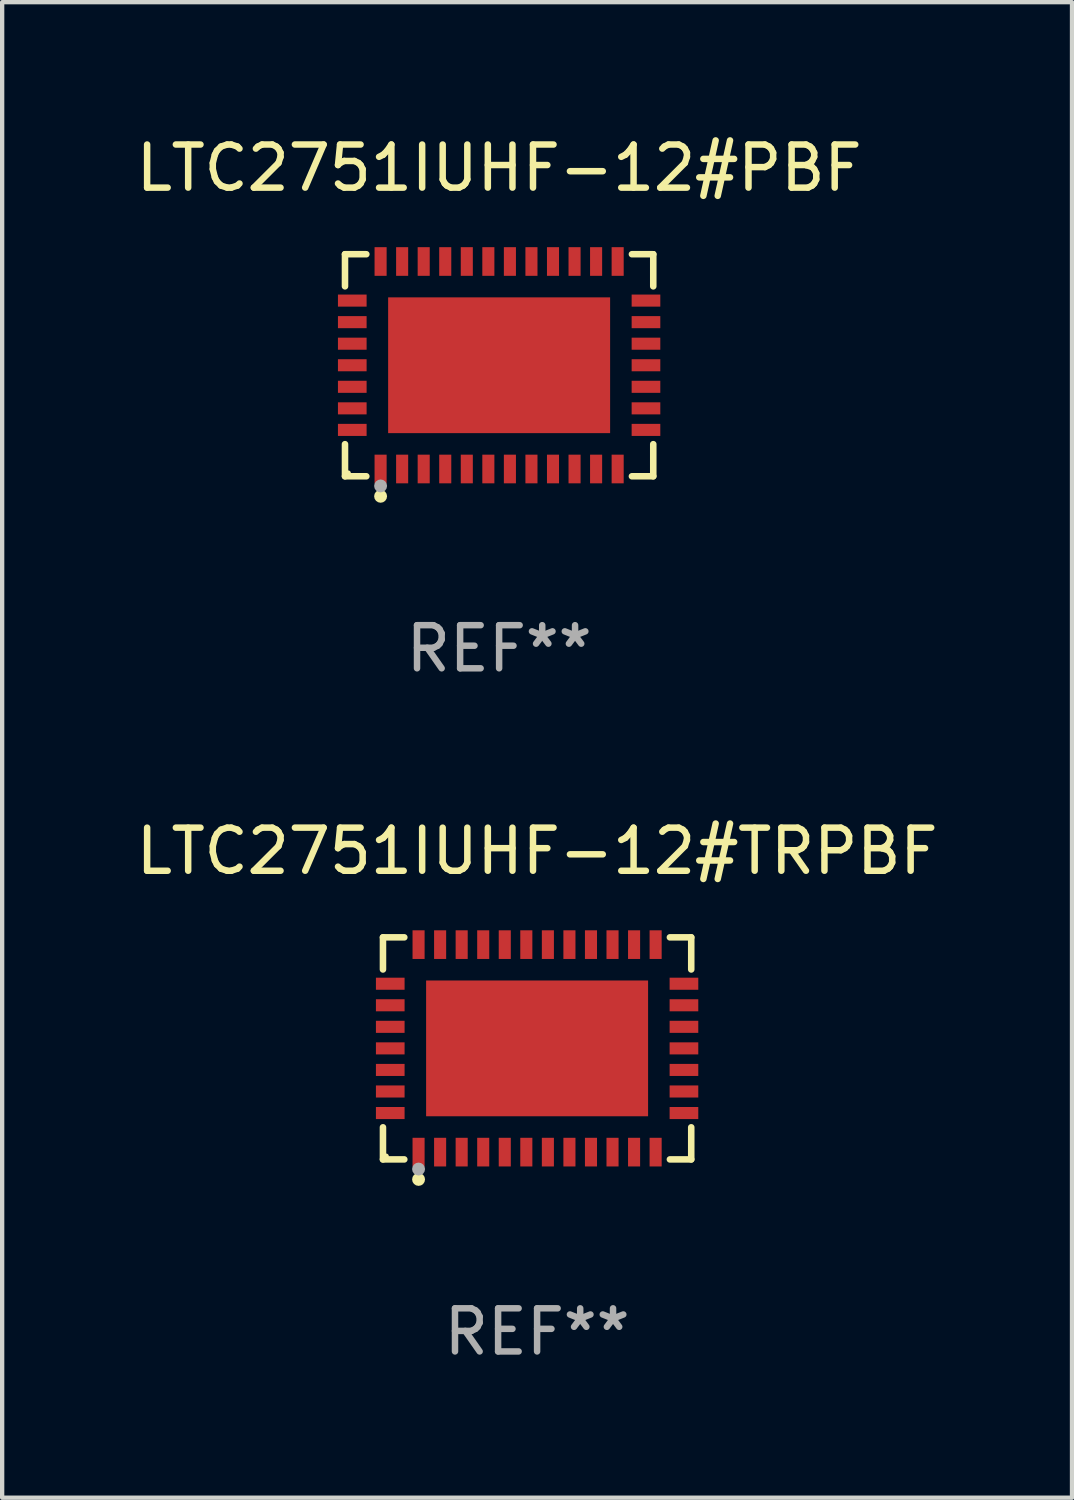
<source format=kicad_pcb>
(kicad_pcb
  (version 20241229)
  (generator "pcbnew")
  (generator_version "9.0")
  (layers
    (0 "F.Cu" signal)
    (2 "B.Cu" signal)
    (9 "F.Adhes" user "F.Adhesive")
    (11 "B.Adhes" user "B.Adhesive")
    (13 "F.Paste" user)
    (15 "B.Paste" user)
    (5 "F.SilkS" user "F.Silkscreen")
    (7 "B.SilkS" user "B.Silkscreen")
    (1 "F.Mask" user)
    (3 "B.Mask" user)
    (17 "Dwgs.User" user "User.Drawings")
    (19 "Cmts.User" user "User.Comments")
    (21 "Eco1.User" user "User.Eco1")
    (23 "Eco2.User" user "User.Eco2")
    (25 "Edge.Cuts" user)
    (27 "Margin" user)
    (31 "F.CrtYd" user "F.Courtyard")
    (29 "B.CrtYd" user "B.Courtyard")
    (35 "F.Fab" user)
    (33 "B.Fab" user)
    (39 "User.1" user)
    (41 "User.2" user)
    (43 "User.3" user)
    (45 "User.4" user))
  (footprint "LTC2751IUHF-12#TRPBF"
    (layer "F.Cu")
    (at 9.411 21.273)
    (property "Reference" "LTC2751IUHF-12#TRPBF" (at 0 -4.576 0) (layer "F.SilkS") (effects (font (size 1 1) (thickness 0.15))))
    (attr through_hole)
    (fp_line (start -3.576 -2.576) (end -3.081 -2.576) (stroke (width 0.152) (type solid)) (layer "F.SilkS"))
    (fp_line (start -3.576 -1.831) (end -3.576 -2.576) (stroke (width 0.152) (type solid)) (layer "F.SilkS"))
    (fp_line (start -3.576 1.831) (end -3.576 2.576) (stroke (width 0.152) (type solid)) (layer "F.SilkS"))
    (fp_line (start -3.576 2.576) (end -3.081 2.576) (stroke (width 0.152) (type solid)) (layer "F.SilkS"))
    (fp_line (start 3.576 -2.576) (end 3.081 -2.576) (stroke (width 0.152) (type solid)) (layer "F.SilkS"))
    (fp_line (start 3.576 -1.831) (end 3.576 -2.576) (stroke (width 0.152) (type solid)) (layer "F.SilkS"))
    (fp_line (start 3.576 1.831) (end 3.576 2.576) (stroke (width 0.152) (type solid)) (layer "F.SilkS"))
    (fp_line (start 3.576 2.576) (end 3.081 2.576) (stroke (width 0.152) (type solid)) (layer "F.SilkS"))
    (fp_circle (center -3.5 2.5) (end -3.47 2.5) (stroke (width 0.06) (type solid)) (fill no) (layer "F.SilkS"))
    (fp_circle (center -2.75 3.04) (end -2.675 3.04) (stroke (width 0.15) (type solid)) (fill no) (layer "F.SilkS"))
    (fp_circle (center -2.75 2.8) (end -2.675 2.8) (stroke (width 0.15) (type solid)) (fill no) (layer "F.Fab"))
    (fp_text user "REF**" (at 0 6.576 0) (layer "F.Fab") (effects (font (size 1 1) (thickness 0.15))))
    (pad "1" smd rect (at -2.75 2.407) (size 0.28 0.665) (layers "F.Cu" "F.Mask" "F.Paste"))
    (pad "2" smd rect (at -2.25 2.407) (size 0.28 0.665) (layers "F.Cu" "F.Mask" "F.Paste"))
    (pad "3" smd rect (at -1.75 2.407) (size 0.28 0.665) (layers "F.Cu" "F.Mask" "F.Paste"))
    (pad "4" smd rect (at -1.25 2.407) (size 0.28 0.665) (layers "F.Cu" "F.Mask" "F.Paste"))
    (pad "5" smd rect (at -0.75 2.407) (size 0.28 0.665) (layers "F.Cu" "F.Mask" "F.Paste"))
    (pad "6" smd rect (at -0.25 2.407) (size 0.28 0.665) (layers "F.Cu" "F.Mask" "F.Paste"))
    (pad "7" smd rect (at 0.25 2.407) (size 0.28 0.665) (layers "F.Cu" "F.Mask" "F.Paste"))
    (pad "8" smd rect (at 0.75 2.407) (size 0.28 0.665) (layers "F.Cu" "F.Mask" "F.Paste"))
    (pad "9" smd rect (at 1.25 2.407) (size 0.28 0.665) (layers "F.Cu" "F.Mask" "F.Paste"))
    (pad "10" smd rect (at 1.75 2.407) (size 0.28 0.665) (layers "F.Cu" "F.Mask" "F.Paste"))
    (pad "11" smd rect (at 2.25 2.407) (size 0.28 0.665) (layers "F.Cu" "F.Mask" "F.Paste"))
    (pad "12" smd rect (at 2.75 2.407) (size 0.28 0.665) (layers "F.Cu" "F.Mask" "F.Paste"))
    (pad "13" smd rect (at 3.407 1.5) (size 0.665 0.28) (layers "F.Cu" "F.Mask" "F.Paste"))
    (pad "14" smd rect (at 3.407 1) (size 0.665 0.28) (layers "F.Cu" "F.Mask" "F.Paste"))
    (pad "15" smd rect (at 3.407 0.5) (size 0.665 0.28) (layers "F.Cu" "F.Mask" "F.Paste"))
    (pad "16" smd rect (at 3.407 0) (size 0.665 0.28) (layers "F.Cu" "F.Mask" "F.Paste"))
    (pad "17" smd rect (at 3.407 -0.5) (size 0.665 0.28) (layers "F.Cu" "F.Mask" "F.Paste"))
    (pad "18" smd rect (at 3.407 -1) (size 0.665 0.28) (layers "F.Cu" "F.Mask" "F.Paste"))
    (pad "19" smd rect (at 3.407 -1.5) (size 0.665 0.28) (layers "F.Cu" "F.Mask" "F.Paste"))
    (pad "20" smd rect (at 2.75 -2.407) (size 0.28 0.665) (layers "F.Cu" "F.Mask" "F.Paste"))
    (pad "21" smd rect (at 2.25 -2.407) (size 0.28 0.665) (layers "F.Cu" "F.Mask" "F.Paste"))
    (pad "22" smd rect (at 1.75 -2.407) (size 0.28 0.665) (layers "F.Cu" "F.Mask" "F.Paste"))
    (pad "23" smd rect (at 1.25 -2.407) (size 0.28 0.665) (layers "F.Cu" "F.Mask" "F.Paste"))
    (pad "24" smd rect (at 0.75 -2.407) (size 0.28 0.665) (layers "F.Cu" "F.Mask" "F.Paste"))
    (pad "25" smd rect (at 0.25 -2.407) (size 0.28 0.665) (layers "F.Cu" "F.Mask" "F.Paste"))
    (pad "26" smd rect (at -0.25 -2.407) (size 0.28 0.665) (layers "F.Cu" "F.Mask" "F.Paste"))
    (pad "27" smd rect (at -0.75 -2.407) (size 0.28 0.665) (layers "F.Cu" "F.Mask" "F.Paste"))
    (pad "28" smd rect (at -1.25 -2.407) (size 0.28 0.665) (layers "F.Cu" "F.Mask" "F.Paste"))
    (pad "29" smd rect (at -1.75 -2.407) (size 0.28 0.665) (layers "F.Cu" "F.Mask" "F.Paste"))
    (pad "30" smd rect (at -2.25 -2.407) (size 0.28 0.665) (layers "F.Cu" "F.Mask" "F.Paste"))
    (pad "31" smd rect (at -2.75 -2.407) (size 0.28 0.665) (layers "F.Cu" "F.Mask" "F.Paste"))
    (pad "32" smd rect (at -3.407 -1.5) (size 0.665 0.28) (layers "F.Cu" "F.Mask" "F.Paste"))
    (pad "33" smd rect (at -3.407 -1) (size 0.665 0.28) (layers "F.Cu" "F.Mask" "F.Paste"))
    (pad "34" smd rect (at -3.407 -0.5) (size 0.665 0.28) (layers "F.Cu" "F.Mask" "F.Paste"))
    (pad "35" smd rect (at -3.407 0) (size 0.665 0.28) (layers "F.Cu" "F.Mask" "F.Paste"))
    (pad "36" smd rect (at -3.407 0.5) (size 0.665 0.28) (layers "F.Cu" "F.Mask" "F.Paste"))
    (pad "37" smd rect (at -3.407 1) (size 0.665 0.28) (layers "F.Cu" "F.Mask" "F.Paste"))
    (pad "38" smd rect (at -3.407 1.5) (size 0.665 0.28) (layers "F.Cu" "F.Mask" "F.Paste"))
    (pad "39" smd rect (at 0 0) (size 5.15 3.15) (layers "F.Cu" "F.Mask" "F.Paste")))
  (footprint "LTC2751IUHF-12#PBF"
    (layer "F.Cu")
    (at 8.53 5.424)
    (property "Reference" "LTC2751IUHF-12#PBF" (at 0 -4.576 0) (layer "F.SilkS") (effects (font (size 1 1) (thickness 0.15))))
    (attr through_hole)
    (fp_line (start -3.576 -2.576) (end -3.081 -2.576) (stroke (width 0.152) (type solid)) (layer "F.SilkS"))
    (fp_line (start -3.576 -1.831) (end -3.576 -2.576) (stroke (width 0.152) (type solid)) (layer "F.SilkS"))
    (fp_line (start -3.576 1.831) (end -3.576 2.576) (stroke (width 0.152) (type solid)) (layer "F.SilkS"))
    (fp_line (start -3.576 2.576) (end -3.081 2.576) (stroke (width 0.152) (type solid)) (layer "F.SilkS"))
    (fp_line (start 3.576 -2.576) (end 3.081 -2.576) (stroke (width 0.152) (type solid)) (layer "F.SilkS"))
    (fp_line (start 3.576 -1.831) (end 3.576 -2.576) (stroke (width 0.152) (type solid)) (layer "F.SilkS"))
    (fp_line (start 3.576 1.831) (end 3.576 2.576) (stroke (width 0.152) (type solid)) (layer "F.SilkS"))
    (fp_line (start 3.576 2.576) (end 3.081 2.576) (stroke (width 0.152) (type solid)) (layer "F.SilkS"))
    (fp_circle (center -3.5 2.5) (end -3.47 2.5) (stroke (width 0.06) (type solid)) (fill no) (layer "F.SilkS"))
    (fp_circle (center -2.75 3.04) (end -2.675 3.04) (stroke (width 0.15) (type solid)) (fill no) (layer "F.SilkS"))
    (fp_circle (center -2.75 2.8) (end -2.675 2.8) (stroke (width 0.15) (type solid)) (fill no) (layer "F.Fab"))
    (fp_text user "REF**" (at 0 6.576 0) (layer "F.Fab") (effects (font (size 1 1) (thickness 0.15))))
    (pad "1" smd rect (at -2.75 2.407) (size 0.28 0.665) (layers "F.Cu" "F.Mask" "F.Paste"))
    (pad "2" smd rect (at -2.25 2.407) (size 0.28 0.665) (layers "F.Cu" "F.Mask" "F.Paste"))
    (pad "3" smd rect (at -1.75 2.407) (size 0.28 0.665) (layers "F.Cu" "F.Mask" "F.Paste"))
    (pad "4" smd rect (at -1.25 2.407) (size 0.28 0.665) (layers "F.Cu" "F.Mask" "F.Paste"))
    (pad "5" smd rect (at -0.75 2.407) (size 0.28 0.665) (layers "F.Cu" "F.Mask" "F.Paste"))
    (pad "6" smd rect (at -0.25 2.407) (size 0.28 0.665) (layers "F.Cu" "F.Mask" "F.Paste"))
    (pad "7" smd rect (at 0.25 2.407) (size 0.28 0.665) (layers "F.Cu" "F.Mask" "F.Paste"))
    (pad "8" smd rect (at 0.75 2.407) (size 0.28 0.665) (layers "F.Cu" "F.Mask" "F.Paste"))
    (pad "9" smd rect (at 1.25 2.407) (size 0.28 0.665) (layers "F.Cu" "F.Mask" "F.Paste"))
    (pad "10" smd rect (at 1.75 2.407) (size 0.28 0.665) (layers "F.Cu" "F.Mask" "F.Paste"))
    (pad "11" smd rect (at 2.25 2.407) (size 0.28 0.665) (layers "F.Cu" "F.Mask" "F.Paste"))
    (pad "12" smd rect (at 2.75 2.407) (size 0.28 0.665) (layers "F.Cu" "F.Mask" "F.Paste"))
    (pad "13" smd rect (at 3.407 1.5) (size 0.665 0.28) (layers "F.Cu" "F.Mask" "F.Paste"))
    (pad "14" smd rect (at 3.407 1) (size 0.665 0.28) (layers "F.Cu" "F.Mask" "F.Paste"))
    (pad "15" smd rect (at 3.407 0.5) (size 0.665 0.28) (layers "F.Cu" "F.Mask" "F.Paste"))
    (pad "16" smd rect (at 3.407 0) (size 0.665 0.28) (layers "F.Cu" "F.Mask" "F.Paste"))
    (pad "17" smd rect (at 3.407 -0.5) (size 0.665 0.28) (layers "F.Cu" "F.Mask" "F.Paste"))
    (pad "18" smd rect (at 3.407 -1) (size 0.665 0.28) (layers "F.Cu" "F.Mask" "F.Paste"))
    (pad "19" smd rect (at 3.407 -1.5) (size 0.665 0.28) (layers "F.Cu" "F.Mask" "F.Paste"))
    (pad "20" smd rect (at 2.75 -2.407) (size 0.28 0.665) (layers "F.Cu" "F.Mask" "F.Paste"))
    (pad "21" smd rect (at 2.25 -2.407) (size 0.28 0.665) (layers "F.Cu" "F.Mask" "F.Paste"))
    (pad "22" smd rect (at 1.75 -2.407) (size 0.28 0.665) (layers "F.Cu" "F.Mask" "F.Paste"))
    (pad "23" smd rect (at 1.25 -2.407) (size 0.28 0.665) (layers "F.Cu" "F.Mask" "F.Paste"))
    (pad "24" smd rect (at 0.75 -2.407) (size 0.28 0.665) (layers "F.Cu" "F.Mask" "F.Paste"))
    (pad "25" smd rect (at 0.25 -2.407) (size 0.28 0.665) (layers "F.Cu" "F.Mask" "F.Paste"))
    (pad "26" smd rect (at -0.25 -2.407) (size 0.28 0.665) (layers "F.Cu" "F.Mask" "F.Paste"))
    (pad "27" smd rect (at -0.75 -2.407) (size 0.28 0.665) (layers "F.Cu" "F.Mask" "F.Paste"))
    (pad "28" smd rect (at -1.25 -2.407) (size 0.28 0.665) (layers "F.Cu" "F.Mask" "F.Paste"))
    (pad "29" smd rect (at -1.75 -2.407) (size 0.28 0.665) (layers "F.Cu" "F.Mask" "F.Paste"))
    (pad "30" smd rect (at -2.25 -2.407) (size 0.28 0.665) (layers "F.Cu" "F.Mask" "F.Paste"))
    (pad "31" smd rect (at -2.75 -2.407) (size 0.28 0.665) (layers "F.Cu" "F.Mask" "F.Paste"))
    (pad "32" smd rect (at -3.407 -1.5) (size 0.665 0.28) (layers "F.Cu" "F.Mask" "F.Paste"))
    (pad "33" smd rect (at -3.407 -1) (size 0.665 0.28) (layers "F.Cu" "F.Mask" "F.Paste"))
    (pad "34" smd rect (at -3.407 -0.5) (size 0.665 0.28) (layers "F.Cu" "F.Mask" "F.Paste"))
    (pad "35" smd rect (at -3.407 0) (size 0.665 0.28) (layers "F.Cu" "F.Mask" "F.Paste"))
    (pad "36" smd rect (at -3.407 0.5) (size 0.665 0.28) (layers "F.Cu" "F.Mask" "F.Paste"))
    (pad "37" smd rect (at -3.407 1) (size 0.665 0.28) (layers "F.Cu" "F.Mask" "F.Paste"))
    (pad "38" smd rect (at -3.407 1.5) (size 0.665 0.28) (layers "F.Cu" "F.Mask" "F.Paste"))
    (pad "39" smd rect (at 0 0) (size 5.15 3.15) (layers "F.Cu" "F.Mask" "F.Paste")))
  (gr_rect
    (start -3 -3)
    (end 21.821 31.698)
    (stroke (width 0.1) (type default))
    (fill no)
    (layer "Edge.Cuts")))
</source>
